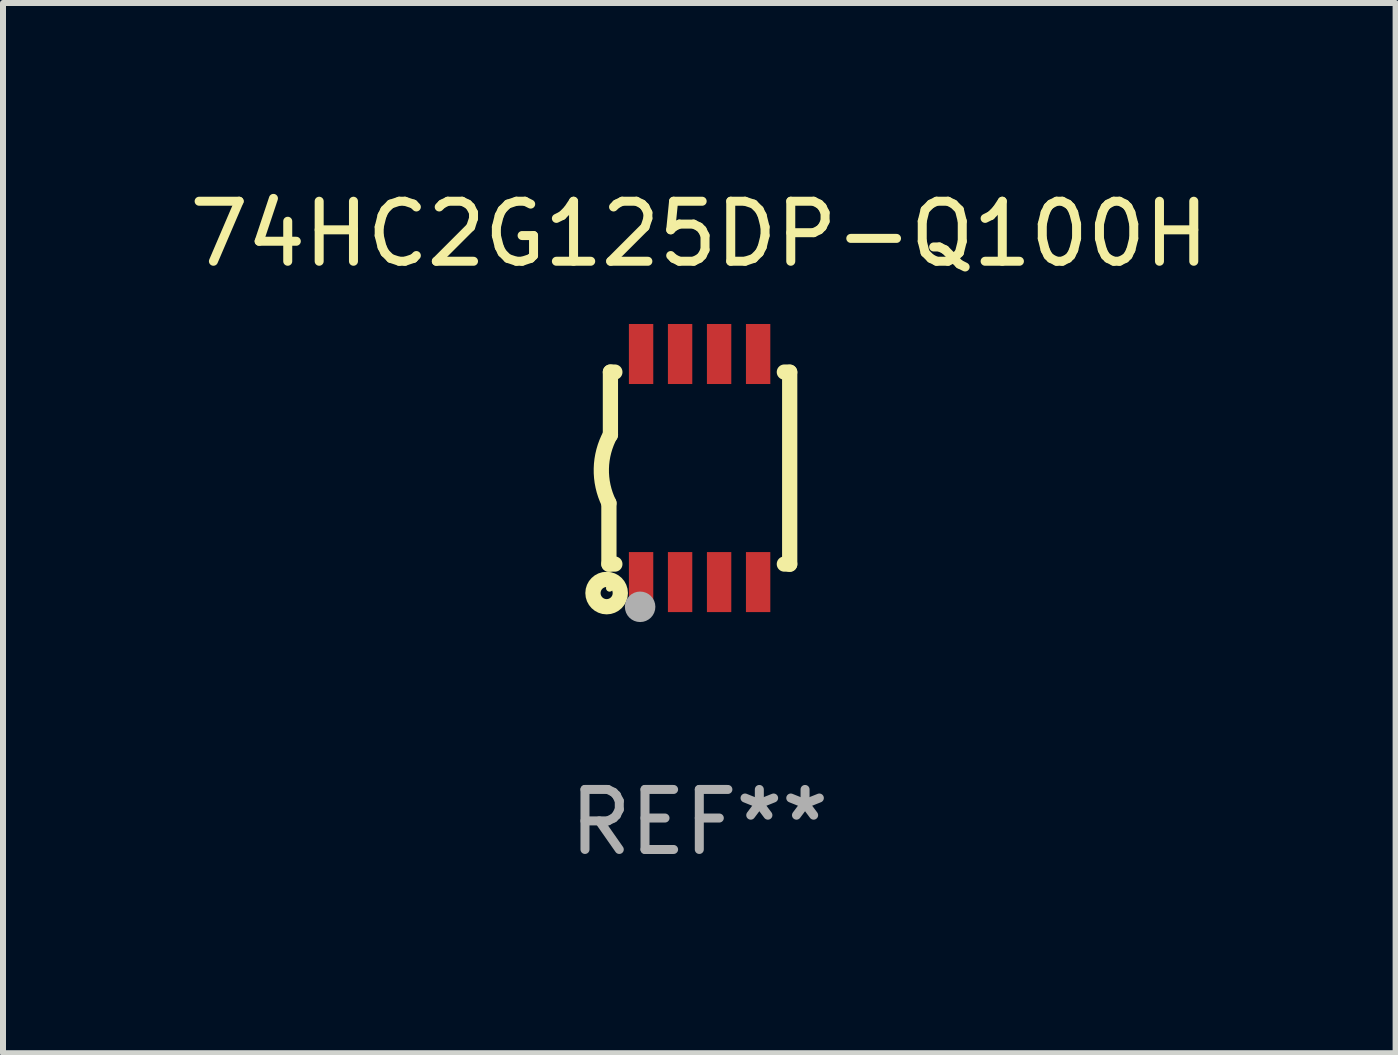
<source format=kicad_pcb>
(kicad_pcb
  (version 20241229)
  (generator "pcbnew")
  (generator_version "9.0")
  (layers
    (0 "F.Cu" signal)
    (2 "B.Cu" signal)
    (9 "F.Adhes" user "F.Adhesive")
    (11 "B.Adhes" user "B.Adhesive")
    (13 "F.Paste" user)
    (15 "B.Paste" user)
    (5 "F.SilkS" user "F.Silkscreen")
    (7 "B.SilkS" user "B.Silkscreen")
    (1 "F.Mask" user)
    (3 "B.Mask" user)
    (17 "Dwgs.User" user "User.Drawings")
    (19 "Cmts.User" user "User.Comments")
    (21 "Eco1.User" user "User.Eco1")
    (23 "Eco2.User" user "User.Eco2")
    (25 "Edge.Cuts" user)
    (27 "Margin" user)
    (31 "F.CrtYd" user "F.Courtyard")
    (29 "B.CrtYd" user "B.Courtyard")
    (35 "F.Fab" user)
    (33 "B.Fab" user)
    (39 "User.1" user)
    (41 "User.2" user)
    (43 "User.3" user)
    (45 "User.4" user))
  (footprint "74HC2G125DP-Q100H"
    (layer "F.Cu")
    (at 8.601 4.748)
    (property "Reference" "74HC2G125DP-Q100H" (at 0 -3.9 0) (layer "F.SilkS") (effects (font (size 1 1) (thickness 0.15))))
    (attr through_hole)
    (fp_line (start -1.506 1.6) (end -1.506 0.584) (stroke (width 0.254) (type solid)) (layer "F.SilkS"))
    (fp_line (start -1.506 1.6) (end -1.407 1.6) (stroke (width 0.254) (type solid)) (layer "F.SilkS"))
    (fp_line (start -1.481 -1.599) (end -1.481 -0.549) (stroke (width 0.254) (type solid)) (layer "F.SilkS"))
    (fp_line (start -1.481 -1.599) (end -1.407 -1.599) (stroke (width 0.254) (type solid)) (layer "F.SilkS"))
    (fp_line (start 1.417 -1.599) (end 1.506 -1.599) (stroke (width 0.254) (type solid)) (layer "F.SilkS"))
    (fp_line (start 1.417 1.6) (end 1.506 1.6) (stroke (width 0.254) (type solid)) (layer "F.SilkS"))
    (fp_line (start 1.506 1.603) (end 1.506 -1.595) (stroke (width 0.254) (type solid)) (layer "F.SilkS"))
    (fp_arc (start -1.506223 0.584328) (mid -1.632455 0.00974) (end -1.480823 -0.558674) (stroke (width 0.254001) (type solid)) (layer "F.SilkS"))
    (fp_circle (center -1.544 2.083) (end -1.443 2.083) (stroke (width 0.254) (type solid)) (fill no) (layer "F.SilkS"))
    (fp_circle (center -1.495 2) (end -1.465 2) (stroke (width 0.06) (type solid)) (fill no) (layer "F.SilkS"))
    (fp_circle (center -0.986 2.312) (end -0.859 2.312) (stroke (width 0.254) (type solid)) (fill no) (layer "F.Fab"))
    (fp_text user "REF**" (at 0 5.9 0) (layer "F.Fab") (effects (font (size 1 1) (thickness 0.15))))
    (pad "1" smd rect (at -0.97 1.9 90) (size 1 0.406) (layers "F.Cu" "F.Mask" "F.Paste"))
    (pad "2" smd rect (at -0.32 1.9 90) (size 1 0.406) (layers "F.Cu" "F.Mask" "F.Paste"))
    (pad "3" smd rect (at 0.33 1.9 90) (size 1 0.406) (layers "F.Cu" "F.Mask" "F.Paste"))
    (pad "4" smd rect (at 0.98 1.9 90) (size 1 0.406) (layers "F.Cu" "F.Mask" "F.Paste"))
    (pad "5" smd rect (at 0.98 -1.9 90) (size 1 0.406) (layers "F.Cu" "F.Mask" "F.Paste"))
    (pad "6" smd rect (at 0.33 -1.9 90) (size 1 0.406) (layers "F.Cu" "F.Mask" "F.Paste"))
    (pad "7" smd rect (at -0.32 -1.9 90) (size 1 0.406) (layers "F.Cu" "F.Mask" "F.Paste"))
    (pad "8" smd rect (at -0.97 -1.9 90) (size 1 0.406) (layers "F.Cu" "F.Mask" "F.Paste")))
  (gr_rect
    (start -3 -3)
    (end 20.202 14.497)
    (stroke (width 0.1) (type default))
    (fill no)
    (layer "Edge.Cuts")))
</source>
